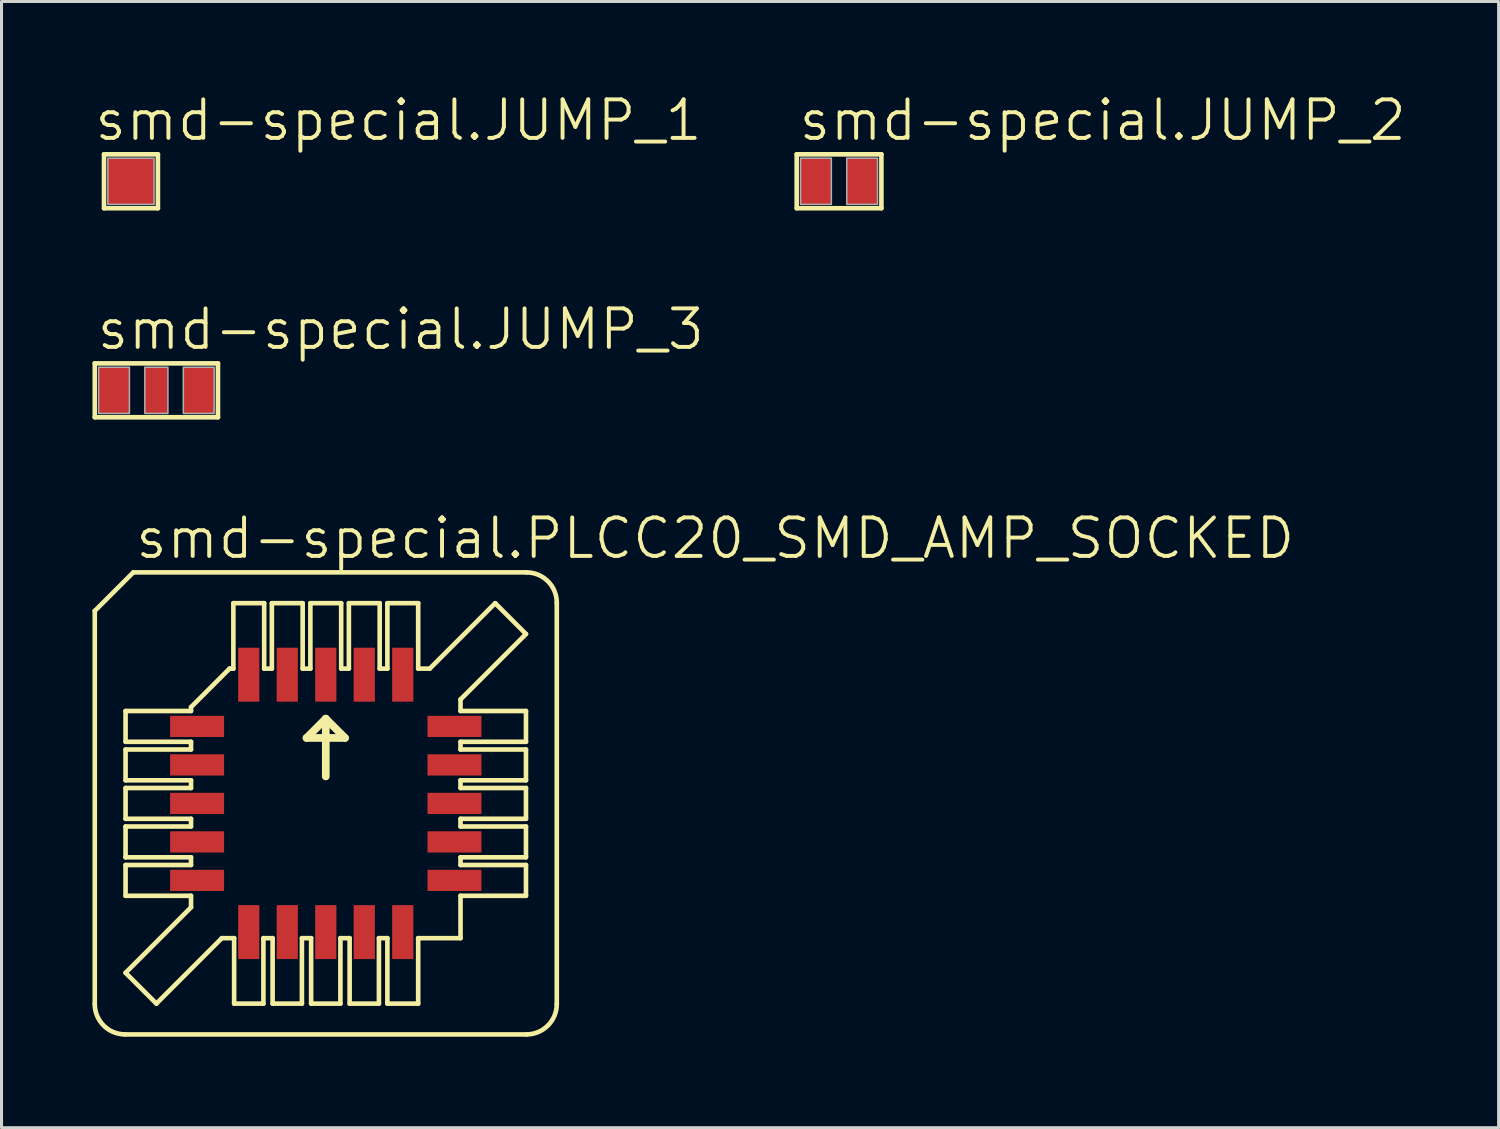
<source format=kicad_pcb>
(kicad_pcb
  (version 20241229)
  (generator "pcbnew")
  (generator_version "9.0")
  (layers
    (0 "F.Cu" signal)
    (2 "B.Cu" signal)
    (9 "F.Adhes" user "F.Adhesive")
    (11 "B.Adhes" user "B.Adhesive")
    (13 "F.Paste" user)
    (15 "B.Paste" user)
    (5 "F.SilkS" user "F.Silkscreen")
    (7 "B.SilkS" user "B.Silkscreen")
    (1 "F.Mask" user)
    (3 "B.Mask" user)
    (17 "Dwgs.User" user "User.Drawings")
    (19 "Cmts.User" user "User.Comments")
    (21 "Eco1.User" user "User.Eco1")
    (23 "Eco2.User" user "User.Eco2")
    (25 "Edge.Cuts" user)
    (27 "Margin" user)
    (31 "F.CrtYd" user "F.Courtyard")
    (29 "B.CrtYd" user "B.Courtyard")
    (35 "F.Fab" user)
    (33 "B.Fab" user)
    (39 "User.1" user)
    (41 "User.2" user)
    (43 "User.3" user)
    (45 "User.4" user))
  (footprint "smd-special.PLCC20_SMD_AMP_SOCKED"
    (layer "F.Cu")
    (at 7.696 23.451)
    (property "Reference" "smd-special.PLCC20_SMD_AMP_SOCKED" (at -6.35 -8.001 0) (layer "F.SilkS") (effects (font (size 1.27 1.27) (thickness 0.13)) (justify left bottom)))
    (attr smd)
    (fp_line (start -7.62 -6.35) (end -7.62 6.62) (stroke (width 0.152) (type default)) (layer "F.SilkS"))
    (fp_line (start -6.62 7.62) (end 6.62 7.62) (stroke (width 0.152) (type default)) (layer "F.SilkS"))
    (fp_line (start -6.604 -2.032) (end -6.604 -3.048) (stroke (width 0.152) (type default)) (layer "F.SilkS"))
    (fp_line (start -6.604 -2.032) (end -4.445 -2.032) (stroke (width 0.152) (type default)) (layer "F.SilkS"))
    (fp_line (start -6.604 -0.762) (end -6.604 -1.778) (stroke (width 0.152) (type default)) (layer "F.SilkS"))
    (fp_line (start -6.604 -0.762) (end -4.445 -0.762) (stroke (width 0.152) (type default)) (layer "F.SilkS"))
    (fp_line (start -6.604 0.508) (end -6.604 -0.508) (stroke (width 0.152) (type default)) (layer "F.SilkS"))
    (fp_line (start -6.604 0.508) (end -4.445 0.508) (stroke (width 0.152) (type default)) (layer "F.SilkS"))
    (fp_line (start -6.604 1.778) (end -6.604 0.762) (stroke (width 0.152) (type default)) (layer "F.SilkS"))
    (fp_line (start -6.604 1.778) (end -4.445 1.778) (stroke (width 0.152) (type default)) (layer "F.SilkS"))
    (fp_line (start -6.604 3.048) (end -6.604 2.032) (stroke (width 0.152) (type default)) (layer "F.SilkS"))
    (fp_line (start -6.604 3.048) (end -4.445 3.048) (stroke (width 0.152) (type default)) (layer "F.SilkS"))
    (fp_line (start -6.604 5.588) (end -4.445 3.429) (stroke (width 0.152) (type default)) (layer "F.SilkS"))
    (fp_line (start -6.35 -7.62) (end -7.62 -6.35) (stroke (width 0.152) (type default)) (layer "F.SilkS"))
    (fp_line (start -5.588 6.604) (end -6.604 5.588) (stroke (width 0.152) (type default)) (layer "F.SilkS"))
    (fp_line (start -5.588 6.604) (end -3.429 4.445) (stroke (width 0.152) (type default)) (layer "F.SilkS"))
    (fp_line (start -4.445 -3.175) (end -3.175 -4.445) (stroke (width 0.152) (type default)) (layer "F.SilkS"))
    (fp_line (start -4.445 -3.048) (end -6.604 -3.048) (stroke (width 0.152) (type default)) (layer "F.SilkS"))
    (fp_line (start -4.445 -3.048) (end -4.445 -3.175) (stroke (width 0.152) (type default)) (layer "F.SilkS"))
    (fp_line (start -4.445 -1.778) (end -6.604 -1.778) (stroke (width 0.152) (type default)) (layer "F.SilkS"))
    (fp_line (start -4.445 -1.778) (end -4.445 -2.032) (stroke (width 0.152) (type default)) (layer "F.SilkS"))
    (fp_line (start -4.445 -0.508) (end -6.604 -0.508) (stroke (width 0.152) (type default)) (layer "F.SilkS"))
    (fp_line (start -4.445 -0.508) (end -4.445 -0.762) (stroke (width 0.152) (type default)) (layer "F.SilkS"))
    (fp_line (start -4.445 0.762) (end -6.604 0.762) (stroke (width 0.152) (type default)) (layer "F.SilkS"))
    (fp_line (start -4.445 0.762) (end -4.445 0.508) (stroke (width 0.152) (type default)) (layer "F.SilkS"))
    (fp_line (start -4.445 2.032) (end -6.604 2.032) (stroke (width 0.152) (type default)) (layer "F.SilkS"))
    (fp_line (start -4.445 2.032) (end -4.445 1.778) (stroke (width 0.152) (type default)) (layer "F.SilkS"))
    (fp_line (start -4.445 3.429) (end -4.445 3.048) (stroke (width 0.152) (type default)) (layer "F.SilkS"))
    (fp_line (start -3.429 4.445) (end -3.023 4.445) (stroke (width 0.152) (type default)) (layer "F.SilkS"))
    (fp_line (start -3.048 -4.445) (end -3.175 -4.445) (stroke (width 0.152) (type default)) (layer "F.SilkS"))
    (fp_line (start -3.048 -4.445) (end -3.048 -6.604) (stroke (width 0.152) (type default)) (layer "F.SilkS"))
    (fp_line (start -3.023 6.604) (end -3.023 4.445) (stroke (width 0.152) (type default)) (layer "F.SilkS"))
    (fp_line (start -3.023 6.604) (end -2.057 6.604) (stroke (width 0.152) (type default)) (layer "F.SilkS"))
    (fp_line (start -2.057 4.445) (end -2.057 6.604) (stroke (width 0.152) (type default)) (layer "F.SilkS"))
    (fp_line (start -2.057 4.445) (end -1.753 4.445) (stroke (width 0.152) (type default)) (layer "F.SilkS"))
    (fp_line (start -2.032 -6.604) (end -3.048 -6.604) (stroke (width 0.152) (type default)) (layer "F.SilkS"))
    (fp_line (start -2.032 -6.604) (end -2.032 -4.445) (stroke (width 0.152) (type default)) (layer "F.SilkS"))
    (fp_line (start -1.778 -4.445) (end -2.032 -4.445) (stroke (width 0.152) (type default)) (layer "F.SilkS"))
    (fp_line (start -1.778 -4.445) (end -1.778 -6.604) (stroke (width 0.152) (type default)) (layer "F.SilkS"))
    (fp_line (start -1.753 6.604) (end -1.753 4.445) (stroke (width 0.152) (type default)) (layer "F.SilkS"))
    (fp_line (start -1.753 6.604) (end -0.787 6.604) (stroke (width 0.152) (type default)) (layer "F.SilkS"))
    (fp_line (start -0.787 4.445) (end -0.787 6.604) (stroke (width 0.152) (type default)) (layer "F.SilkS"))
    (fp_line (start -0.787 4.445) (end -0.483 4.445) (stroke (width 0.152) (type default)) (layer "F.SilkS"))
    (fp_line (start -0.762 -6.604) (end -1.778 -6.604) (stroke (width 0.152) (type default)) (layer "F.SilkS"))
    (fp_line (start -0.762 -6.604) (end -0.762 -4.445) (stroke (width 0.152) (type default)) (layer "F.SilkS"))
    (fp_line (start -0.635 -2.159) (end 0 -2.794) (stroke (width 0.254) (type default)) (layer "F.SilkS"))
    (fp_line (start -0.508 -4.445) (end -0.762 -4.445) (stroke (width 0.152) (type default)) (layer "F.SilkS"))
    (fp_line (start -0.508 -4.445) (end -0.508 -6.604) (stroke (width 0.152) (type default)) (layer "F.SilkS"))
    (fp_line (start -0.483 6.604) (end -0.483 4.445) (stroke (width 0.152) (type default)) (layer "F.SilkS"))
    (fp_line (start -0.483 6.604) (end 0.483 6.604) (stroke (width 0.152) (type default)) (layer "F.SilkS"))
    (fp_line (start 0 -2.794) (end 0 -0.889) (stroke (width 0.254) (type default)) (layer "F.SilkS"))
    (fp_line (start 0 -2.794) (end 0.635 -2.159) (stroke (width 0.254) (type default)) (layer "F.SilkS"))
    (fp_line (start 0.483 4.445) (end 0.483 6.604) (stroke (width 0.152) (type default)) (layer "F.SilkS"))
    (fp_line (start 0.483 4.445) (end 0.787 4.445) (stroke (width 0.152) (type default)) (layer "F.SilkS"))
    (fp_line (start 0.508 -6.604) (end -0.508 -6.604) (stroke (width 0.152) (type default)) (layer "F.SilkS"))
    (fp_line (start 0.508 -6.604) (end 0.508 -4.445) (stroke (width 0.152) (type default)) (layer "F.SilkS"))
    (fp_line (start 0.635 -2.159) (end -0.635 -2.159) (stroke (width 0.254) (type default)) (layer "F.SilkS"))
    (fp_line (start 0.762 -4.445) (end 0.508 -4.445) (stroke (width 0.152) (type default)) (layer "F.SilkS"))
    (fp_line (start 0.762 -4.445) (end 0.762 -6.604) (stroke (width 0.152) (type default)) (layer "F.SilkS"))
    (fp_line (start 0.787 6.604) (end 0.787 4.445) (stroke (width 0.152) (type default)) (layer "F.SilkS"))
    (fp_line (start 0.787 6.604) (end 1.753 6.604) (stroke (width 0.152) (type default)) (layer "F.SilkS"))
    (fp_line (start 1.753 4.445) (end 1.753 6.604) (stroke (width 0.152) (type default)) (layer "F.SilkS"))
    (fp_line (start 1.753 4.445) (end 2.032 4.445) (stroke (width 0.152) (type default)) (layer "F.SilkS"))
    (fp_line (start 1.778 -6.604) (end 0.762 -6.604) (stroke (width 0.152) (type default)) (layer "F.SilkS"))
    (fp_line (start 1.778 -6.604) (end 1.778 -4.445) (stroke (width 0.152) (type default)) (layer "F.SilkS"))
    (fp_line (start 2.032 -4.445) (end 1.778 -4.445) (stroke (width 0.152) (type default)) (layer "F.SilkS"))
    (fp_line (start 2.032 -4.445) (end 2.032 -6.604) (stroke (width 0.152) (type default)) (layer "F.SilkS"))
    (fp_line (start 2.032 6.604) (end 2.032 4.445) (stroke (width 0.152) (type default)) (layer "F.SilkS"))
    (fp_line (start 2.032 6.604) (end 3.048 6.604) (stroke (width 0.152) (type default)) (layer "F.SilkS"))
    (fp_line (start 3.048 -6.604) (end 2.032 -6.604) (stroke (width 0.152) (type default)) (layer "F.SilkS"))
    (fp_line (start 3.048 -6.604) (end 3.048 -4.445) (stroke (width 0.152) (type default)) (layer "F.SilkS"))
    (fp_line (start 3.048 4.445) (end 3.048 6.604) (stroke (width 0.152) (type default)) (layer "F.SilkS"))
    (fp_line (start 3.048 4.445) (end 4.445 4.445) (stroke (width 0.152) (type default)) (layer "F.SilkS"))
    (fp_line (start 3.429 -4.445) (end 3.048 -4.445) (stroke (width 0.152) (type default)) (layer "F.SilkS"))
    (fp_line (start 4.445 -3.429) (end 4.445 -3.048) (stroke (width 0.152) (type default)) (layer "F.SilkS"))
    (fp_line (start 4.445 -2.032) (end 4.445 -1.778) (stroke (width 0.152) (type default)) (layer "F.SilkS"))
    (fp_line (start 4.445 -2.032) (end 6.604 -2.032) (stroke (width 0.152) (type default)) (layer "F.SilkS"))
    (fp_line (start 4.445 -0.762) (end 4.445 -0.508) (stroke (width 0.152) (type default)) (layer "F.SilkS"))
    (fp_line (start 4.445 -0.762) (end 6.604 -0.762) (stroke (width 0.152) (type default)) (layer "F.SilkS"))
    (fp_line (start 4.445 0.508) (end 4.445 0.762) (stroke (width 0.152) (type default)) (layer "F.SilkS"))
    (fp_line (start 4.445 0.508) (end 6.604 0.508) (stroke (width 0.152) (type default)) (layer "F.SilkS"))
    (fp_line (start 4.445 1.778) (end 4.445 2.032) (stroke (width 0.152) (type default)) (layer "F.SilkS"))
    (fp_line (start 4.445 1.778) (end 6.604 1.778) (stroke (width 0.152) (type default)) (layer "F.SilkS"))
    (fp_line (start 4.445 3.048) (end 4.445 4.445) (stroke (width 0.152) (type default)) (layer "F.SilkS"))
    (fp_line (start 4.445 3.048) (end 6.604 3.048) (stroke (width 0.152) (type default)) (layer "F.SilkS"))
    (fp_line (start 5.588 -6.604) (end 3.429 -4.445) (stroke (width 0.152) (type default)) (layer "F.SilkS"))
    (fp_line (start 6.604 -5.588) (end 4.445 -3.429) (stroke (width 0.152) (type default)) (layer "F.SilkS"))
    (fp_line (start 6.604 -5.588) (end 5.588 -6.604) (stroke (width 0.152) (type default)) (layer "F.SilkS"))
    (fp_line (start 6.604 -3.048) (end 4.445 -3.048) (stroke (width 0.152) (type default)) (layer "F.SilkS"))
    (fp_line (start 6.604 -3.048) (end 6.604 -2.032) (stroke (width 0.152) (type default)) (layer "F.SilkS"))
    (fp_line (start 6.604 -1.778) (end 4.445 -1.778) (stroke (width 0.152) (type default)) (layer "F.SilkS"))
    (fp_line (start 6.604 -1.778) (end 6.604 -0.762) (stroke (width 0.152) (type default)) (layer "F.SilkS"))
    (fp_line (start 6.604 -0.508) (end 4.445 -0.508) (stroke (width 0.152) (type default)) (layer "F.SilkS"))
    (fp_line (start 6.604 -0.508) (end 6.604 0.508) (stroke (width 0.152) (type default)) (layer "F.SilkS"))
    (fp_line (start 6.604 0.762) (end 4.445 0.762) (stroke (width 0.152) (type default)) (layer "F.SilkS"))
    (fp_line (start 6.604 0.762) (end 6.604 1.778) (stroke (width 0.152) (type default)) (layer "F.SilkS"))
    (fp_line (start 6.604 2.032) (end 4.445 2.032) (stroke (width 0.152) (type default)) (layer "F.SilkS"))
    (fp_line (start 6.604 2.032) (end 6.604 3.048) (stroke (width 0.152) (type default)) (layer "F.SilkS"))
    (fp_line (start 6.62 -7.62) (end -6.35 -7.62) (stroke (width 0.152) (type default)) (layer "F.SilkS"))
    (fp_line (start 7.62 6.62) (end 7.62 -6.62) (stroke (width 0.152) (type default)) (layer "F.SilkS"))
    (fp_arc (start -6.62 7.62) (mid -7.327107 7.327107) (end -7.62 6.62) (stroke (width 0.1524) (type default)) (layer "F.SilkS"))
    (fp_arc (start 6.62 -7.62) (mid 7.327107 -7.327107) (end 7.62 -6.62) (stroke (width 0.1524) (type default)) (layer "F.SilkS"))
    (fp_arc (start 7.62 6.62) (mid 7.327107 7.327107) (end 6.62 7.62) (stroke (width 0.1524) (type default)) (layer "F.SilkS"))
    (pad "1" smd roundrect (at 0 -4.245) (size 0.7 1.78) (layers "F.Cu" "F.Mask" "F.Paste") (roundrect_rratio 0.01))
    (pad "2" smd roundrect (at -1.27 -4.245) (size 0.7 1.78) (layers "F.Cu" "F.Mask" "F.Paste") (roundrect_rratio 0.01))
    (pad "3" smd roundrect (at -2.54 -4.245) (size 0.7 1.78) (layers "F.Cu" "F.Mask" "F.Paste") (roundrect_rratio 0.01))
    (pad "4" smd roundrect (at -4.245 -2.54) (size 1.78 0.7) (layers "F.Cu" "F.Mask" "F.Paste") (roundrect_rratio 0.01))
    (pad "5" smd roundrect (at -4.245 -1.27) (size 1.78 0.7) (layers "F.Cu" "F.Mask" "F.Paste") (roundrect_rratio 0.01))
    (pad "6" smd roundrect (at -4.245 0) (size 1.78 0.7) (layers "F.Cu" "F.Mask" "F.Paste") (roundrect_rratio 0.01))
    (pad "7" smd roundrect (at -4.245 1.27) (size 1.78 0.7) (layers "F.Cu" "F.Mask" "F.Paste") (roundrect_rratio 0.01))
    (pad "8" smd roundrect (at -4.245 2.54) (size 1.78 0.7) (layers "F.Cu" "F.Mask" "F.Paste") (roundrect_rratio 0.01))
    (pad "9" smd roundrect (at -2.54 4.245) (size 0.7 1.78) (layers "F.Cu" "F.Mask" "F.Paste") (roundrect_rratio 0.01))
    (pad "10" smd roundrect (at -1.27 4.245) (size 0.7 1.78) (layers "F.Cu" "F.Mask" "F.Paste") (roundrect_rratio 0.01))
    (pad "11" smd roundrect (at 0 4.245) (size 0.7 1.78) (layers "F.Cu" "F.Mask" "F.Paste") (roundrect_rratio 0.01))
    (pad "12" smd roundrect (at 1.27 4.245) (size 0.7 1.78) (layers "F.Cu" "F.Mask" "F.Paste") (roundrect_rratio 0.01))
    (pad "13" smd roundrect (at 2.54 4.245) (size 0.7 1.78) (layers "F.Cu" "F.Mask" "F.Paste") (roundrect_rratio 0.01))
    (pad "14" smd roundrect (at 4.245 2.54) (size 1.78 0.7) (layers "F.Cu" "F.Mask" "F.Paste") (roundrect_rratio 0.01))
    (pad "15" smd roundrect (at 4.245 1.27) (size 1.78 0.7) (layers "F.Cu" "F.Mask" "F.Paste") (roundrect_rratio 0.01))
    (pad "16" smd roundrect (at 4.245 0) (size 1.78 0.7) (layers "F.Cu" "F.Mask" "F.Paste") (roundrect_rratio 0.01))
    (pad "17" smd roundrect (at 4.245 -1.27) (size 1.78 0.7) (layers "F.Cu" "F.Mask" "F.Paste") (roundrect_rratio 0.01))
    (pad "18" smd roundrect (at 4.245 -2.54) (size 1.78 0.7) (layers "F.Cu" "F.Mask" "F.Paste") (roundrect_rratio 0.01))
    (pad "19" smd roundrect (at 2.54 -4.245) (size 0.7 1.78) (layers "F.Cu" "F.Mask" "F.Paste") (roundrect_rratio 0.01))
    (pad "20" smd roundrect (at 1.27 -4.245) (size 0.7 1.78) (layers "F.Cu" "F.Mask" "F.Paste") (roundrect_rratio 0.01)))
  (footprint "smd-special.JUMP_1"
    (layer "F.Cu")
    (at 1.27 2.93)
    (property "Reference" "smd-special.JUMP_1" (at -1.27 -1.27 0) (layer "F.SilkS") (effects (font (size 1.27 1.27) (thickness 0.13)) (justify left bottom)))
    (attr smd)
    (fp_line (start -0.889 0.889) (end -0.889 -0.889) (stroke (width 0.152) (type default)) (layer "F.SilkS"))
    (fp_line (start -0.889 0.889) (end 0.889 0.889) (stroke (width 0.152) (type default)) (layer "F.SilkS"))
    (fp_line (start 0.889 -0.889) (end -0.889 -0.889) (stroke (width 0.152) (type default)) (layer "F.SilkS"))
    (fp_line (start 0.889 -0.889) (end 0.889 0.889) (stroke (width 0.152) (type default)) (layer "F.SilkS"))
    (fp_rect (start -0.762 0.762) (end 0.762 -0.762) (stroke (width 0.05) (type default)) (fill no) (layer "F.Fab"))
    (pad "1" smd roundrect (at 0 0) (size 1.524 1.524) (layers "F.Cu" "F.Mask" "F.Paste") (roundrect_rratio 0.01)))
  (footprint "smd-special.JUMP_2"
    (layer "F.Cu")
    (at 24.627 2.93)
    (property "Reference" "smd-special.JUMP_2" (at -1.397 -1.27 0) (layer "F.SilkS") (effects (font (size 1.27 1.27) (thickness 0.13)) (justify left bottom)))
    (attr smd)
    (fp_rect (start -1.397 0.889) (end 1.397 -0.889) (stroke (width 0.05) (type default)) (fill yes) (layer "F.Mask"))
    (fp_line (start -1.397 0.889) (end -1.397 -0.889) (stroke (width 0.152) (type default)) (layer "F.SilkS"))
    (fp_line (start -1.397 0.889) (end 1.397 0.889) (stroke (width 0.152) (type default)) (layer "F.SilkS"))
    (fp_line (start 1.397 -0.889) (end -1.397 -0.889) (stroke (width 0.152) (type default)) (layer "F.SilkS"))
    (fp_line (start 1.397 -0.889) (end 1.397 0.889) (stroke (width 0.152) (type default)) (layer "F.SilkS"))
    (fp_rect (start -1.27 0.762) (end -0.254 -0.762) (stroke (width 0.05) (type default)) (fill no) (layer "F.Fab"))
    (fp_rect (start 0.254 0.762) (end 1.27 -0.762) (stroke (width 0.05) (type default)) (fill no) (layer "F.Fab"))
    (pad "1" smd roundrect (at -0.762 0) (size 1.016 1.524) (layers "F.Cu" "F.Mask" "F.Paste") (roundrect_rratio 0.01))
    (pad "2" smd roundrect (at 0.762 0) (size 1.016 1.524) (layers "F.Cu" "F.Mask" "F.Paste") (roundrect_rratio 0.01)))
  (footprint "smd-special.JUMP_3"
    (layer "F.Cu")
    (at 2.108 9.825)
    (property "Reference" "smd-special.JUMP_3" (at -2.032 -1.27 0) (layer "F.SilkS") (effects (font (size 1.27 1.27) (thickness 0.13)) (justify left bottom)))
    (attr smd)
    (fp_rect (start -2.032 0.889) (end 2.032 -0.889) (stroke (width 0.05) (type default)) (fill yes) (layer "F.Mask"))
    (fp_line (start -2.032 0.889) (end -2.032 -0.889) (stroke (width 0.152) (type default)) (layer "F.SilkS"))
    (fp_line (start -2.032 0.889) (end 2.032 0.889) (stroke (width 0.152) (type default)) (layer "F.SilkS"))
    (fp_line (start 2.032 -0.889) (end -2.032 -0.889) (stroke (width 0.152) (type default)) (layer "F.SilkS"))
    (fp_line (start 2.032 -0.889) (end 2.032 0.889) (stroke (width 0.152) (type default)) (layer "F.SilkS"))
    (fp_rect (start -1.905 0.762) (end -0.889 -0.762) (stroke (width 0.05) (type default)) (fill no) (layer "F.Fab"))
    (fp_rect (start -0.381 0.762) (end 0.381 -0.762) (stroke (width 0.05) (type default)) (fill no) (layer "F.Fab"))
    (fp_rect (start 0.889 0.762) (end 1.905 -0.762) (stroke (width 0.05) (type default)) (fill no) (layer "F.Fab"))
    (pad "1" smd roundrect (at -1.397 0) (size 1.016 1.524) (layers "F.Cu" "F.Mask" "F.Paste") (roundrect_rratio 0.01))
    (pad "2" smd roundrect (at 0 0) (size 0.762 1.524) (layers "F.Cu" "F.Mask" "F.Paste") (roundrect_rratio 0.01))
    (pad "3" smd roundrect (at 1.397 0) (size 1.016 1.524) (layers "F.Cu" "F.Mask" "F.Paste") (roundrect_rratio 0.01)))
  (gr_rect
    (start -3 -3)
    (end 46.383 34.148)
    (stroke (width 0.1) (type default))
    (fill no)
    (layer "Edge.Cuts")))
</source>
